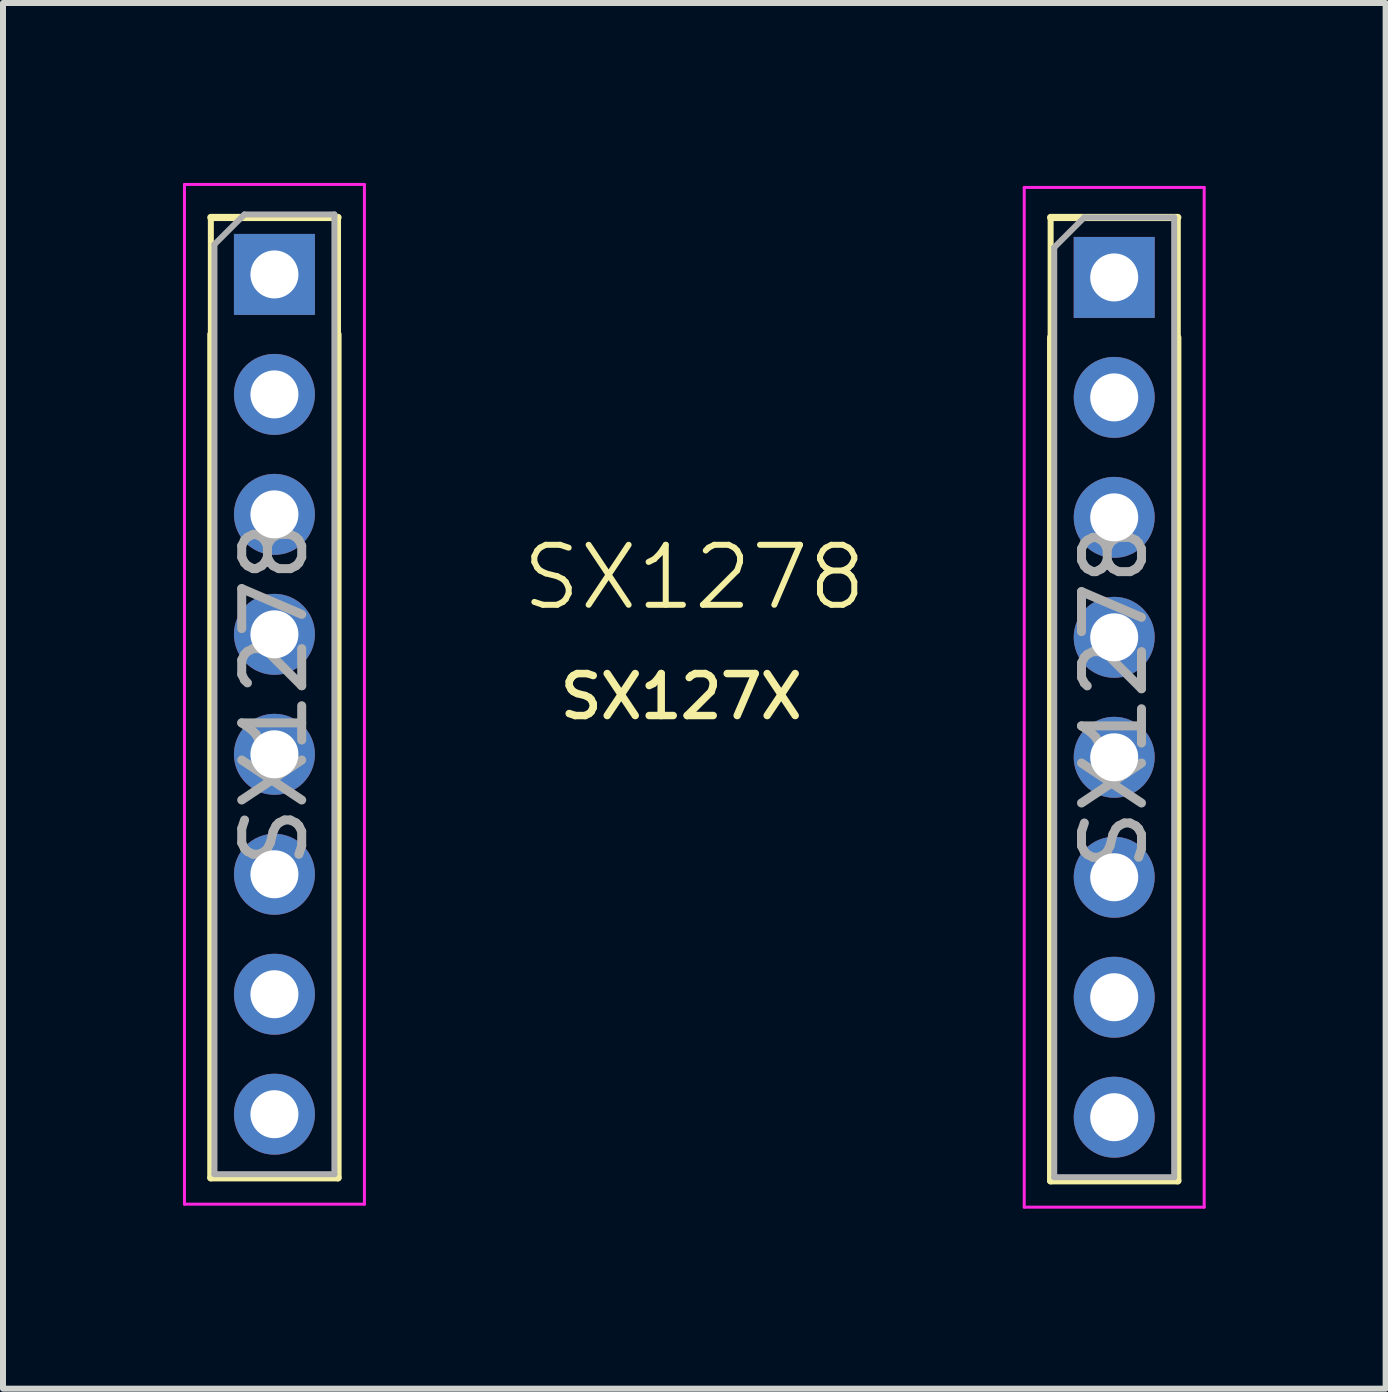
<source format=kicad_pcb>
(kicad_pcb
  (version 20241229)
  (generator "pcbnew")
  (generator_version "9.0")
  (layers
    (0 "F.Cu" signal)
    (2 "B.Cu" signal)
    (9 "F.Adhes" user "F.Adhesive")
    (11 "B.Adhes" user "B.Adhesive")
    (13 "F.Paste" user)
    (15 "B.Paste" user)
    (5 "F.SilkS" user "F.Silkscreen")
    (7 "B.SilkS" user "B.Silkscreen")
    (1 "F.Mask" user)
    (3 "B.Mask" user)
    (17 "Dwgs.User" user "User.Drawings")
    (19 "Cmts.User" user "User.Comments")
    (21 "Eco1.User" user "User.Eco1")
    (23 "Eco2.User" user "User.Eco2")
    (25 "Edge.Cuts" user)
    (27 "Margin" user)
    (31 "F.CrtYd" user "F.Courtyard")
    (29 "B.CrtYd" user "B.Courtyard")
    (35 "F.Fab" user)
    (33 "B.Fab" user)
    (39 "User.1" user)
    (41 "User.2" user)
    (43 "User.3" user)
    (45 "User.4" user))
  (footprint "SX1278"
    (layer "F.Cu")
    (at 8.525 8.575)
    (property "Reference" "SX1278" (at 0 -2 0) (unlocked yes) (layer "F.SilkS") (effects (font (size 1 1) (thickness 0.1))))
    (attr through_hole)
    (fp_line (start -8.06 -8) (end -5.94 -8) (stroke (width 0.12) (type solid)) (layer "F.SilkS"))
    (fp_line (start -8.06 -6.05) (end -8.06 -8) (stroke (width 0.1) (type default)) (layer "F.SilkS"))
    (fp_line (start -8.06 -6.05) (end -8.06 8.01) (stroke (width 0.12) (type solid)) (layer "F.SilkS"))
    (fp_line (start -8.06 8.01) (end -5.94 8.01) (stroke (width 0.12) (type solid)) (layer "F.SilkS"))
    (fp_line (start -5.94 -8) (end -5.94 -6.05) (stroke (width 0.1) (type default)) (layer "F.SilkS"))
    (fp_line (start -5.94 -6.05) (end -5.94 8.01) (stroke (width 0.12) (type solid)) (layer "F.SilkS"))
    (fp_line (start 5.94 -8) (end 5.94 -6) (stroke (width 0.1) (type default)) (layer "F.SilkS"))
    (fp_line (start 5.94 -8) (end 8.06 -8) (stroke (width 0.12) (type solid)) (layer "F.SilkS"))
    (fp_line (start 5.94 -6) (end 5.94 8.06) (stroke (width 0.12) (type solid)) (layer "F.SilkS"))
    (fp_line (start 5.94 8.06) (end 8.06 8.06) (stroke (width 0.12) (type solid)) (layer "F.SilkS"))
    (fp_line (start 8.06 -6) (end 8.06 -8) (stroke (width 0.1) (type default)) (layer "F.SilkS"))
    (fp_line (start 8.06 -6) (end 8.06 8.06) (stroke (width 0.12) (type solid)) (layer "F.SilkS"))
    (fp_line (start -8.5 -8.55) (end -8.5 8.45) (stroke (width 0.05) (type solid)) (layer "F.CrtYd"))
    (fp_line (start -8.5 8.45) (end -5.5 8.45) (stroke (width 0.05) (type solid)) (layer "F.CrtYd"))
    (fp_line (start -5.5 -8.55) (end -8.5 -8.55) (stroke (width 0.05) (type solid)) (layer "F.CrtYd"))
    (fp_line (start -5.5 8.45) (end -5.5 -8.55) (stroke (width 0.05) (type solid)) (layer "F.CrtYd"))
    (fp_line (start 5.5 -8.5) (end 5.5 8.5) (stroke (width 0.05) (type solid)) (layer "F.CrtYd"))
    (fp_line (start 5.5 8.5) (end 8.5 8.5) (stroke (width 0.05) (type solid)) (layer "F.CrtYd"))
    (fp_line (start 8.5 -8.5) (end 5.5 -8.5) (stroke (width 0.05) (type solid)) (layer "F.CrtYd"))
    (fp_line (start 8.5 8.5) (end 8.5 -8.5) (stroke (width 0.05) (type solid)) (layer "F.CrtYd"))
    (fp_line (start -8 -7.55) (end -7.5 -8.05) (stroke (width 0.1) (type solid)) (layer "F.Fab"))
    (fp_line (start -8 7.95) (end -8 -7.55) (stroke (width 0.1) (type solid)) (layer "F.Fab"))
    (fp_line (start -7.5 -8.05) (end -6 -8.05) (stroke (width 0.1) (type solid)) (layer "F.Fab"))
    (fp_line (start -6 -8.05) (end -6 7.95) (stroke (width 0.1) (type solid)) (layer "F.Fab"))
    (fp_line (start -6 7.95) (end -8 7.95) (stroke (width 0.1) (type solid)) (layer "F.Fab"))
    (fp_line (start 6 -7.5) (end 6.5 -8) (stroke (width 0.1) (type solid)) (layer "F.Fab"))
    (fp_line (start 6 8) (end 6 -7.5) (stroke (width 0.1) (type solid)) (layer "F.Fab"))
    (fp_line (start 6.5 -8) (end 8 -8) (stroke (width 0.1) (type solid)) (layer "F.Fab"))
    (fp_line (start 8 -8) (end 8 8) (stroke (width 0.1) (type solid)) (layer "F.Fab"))
    (fp_line (start 8 8) (end 6 8) (stroke (width 0.1) (type solid)) (layer "F.Fab"))
    (fp_text user "SX127X" (at -2.301 0.396 0) (unlocked yes) (layer "F.SilkS") (effects (font (size 0.7 0.7) (thickness 0.125)) (justify left bottom)))
    (fp_text user "${REFERENCE}" (at -7 -0.05 90) (layer "F.Fab") (effects (font (size 1 1) (thickness 0.15))))
    (fp_text user "${REFERENCE}" (at 7 0 90) (layer "F.Fab") (effects (font (size 1 1) (thickness 0.15))))
    (pad "1" thru_hole rect (at -7 -7.05) (size 1.35 1.35) (drill 0.8) (layers "*.Cu" "*.Mask"))
    (pad "2" thru_hole oval (at -7 -5.05) (size 1.35 1.35) (drill 0.8) (layers "*.Cu" "*.Mask"))
    (pad "3" thru_hole oval (at -7 -3.05) (size 1.35 1.35) (drill 0.8) (layers "*.Cu" "*.Mask"))
    (pad "4" thru_hole oval (at -7 -1.05) (size 1.35 1.35) (drill 0.8) (layers "*.Cu" "*.Mask"))
    (pad "5" thru_hole oval (at -7 0.95) (size 1.35 1.35) (drill 0.8) (layers "*.Cu" "*.Mask"))
    (pad "6" thru_hole oval (at -7 2.95) (size 1.35 1.35) (drill 0.8) (layers "*.Cu" "*.Mask"))
    (pad "7" thru_hole oval (at -7 4.95) (size 1.35 1.35) (drill 0.8) (layers "*.Cu" "*.Mask"))
    (pad "8" thru_hole oval (at -7 6.95) (size 1.35 1.35) (drill 0.8) (layers "*.Cu" "*.Mask"))
    (pad "9" thru_hole oval (at 7 7) (size 1.35 1.35) (drill 0.8) (layers "*.Cu" "*.Mask"))
    (pad "10" thru_hole oval (at 7 5) (size 1.35 1.35) (drill 0.8) (layers "*.Cu" "*.Mask"))
    (pad "11" thru_hole oval (at 7 3) (size 1.35 1.35) (drill 0.8) (layers "*.Cu" "*.Mask"))
    (pad "12" thru_hole oval (at 7 1) (size 1.35 1.35) (drill 0.8) (layers "*.Cu" "*.Mask"))
    (pad "13" thru_hole oval (at 7 -1) (size 1.35 1.35) (drill 0.8) (layers "*.Cu" "*.Mask"))
    (pad "14" thru_hole oval (at 7 -3) (size 1.35 1.35) (drill 0.8) (layers "*.Cu" "*.Mask"))
    (pad "15" thru_hole oval (at 7 -5) (size 1.35 1.35) (drill 0.8) (layers "*.Cu" "*.Mask"))
    (pad "16" thru_hole rect (at 7 -7) (size 1.35 1.35) (drill 0.8) (layers "*.Cu" "*.Mask")))
  (gr_rect
    (start -3 -3)
    (end 20.05 20.1)
    (stroke (width 0.1) (type default))
    (fill no)
    (layer "Edge.Cuts")))
</source>
